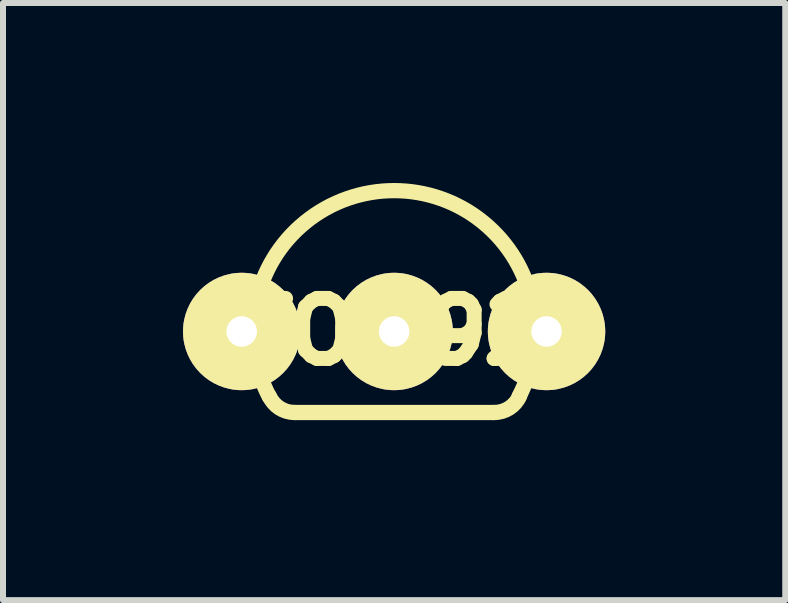
<source format=kicad_pcb>
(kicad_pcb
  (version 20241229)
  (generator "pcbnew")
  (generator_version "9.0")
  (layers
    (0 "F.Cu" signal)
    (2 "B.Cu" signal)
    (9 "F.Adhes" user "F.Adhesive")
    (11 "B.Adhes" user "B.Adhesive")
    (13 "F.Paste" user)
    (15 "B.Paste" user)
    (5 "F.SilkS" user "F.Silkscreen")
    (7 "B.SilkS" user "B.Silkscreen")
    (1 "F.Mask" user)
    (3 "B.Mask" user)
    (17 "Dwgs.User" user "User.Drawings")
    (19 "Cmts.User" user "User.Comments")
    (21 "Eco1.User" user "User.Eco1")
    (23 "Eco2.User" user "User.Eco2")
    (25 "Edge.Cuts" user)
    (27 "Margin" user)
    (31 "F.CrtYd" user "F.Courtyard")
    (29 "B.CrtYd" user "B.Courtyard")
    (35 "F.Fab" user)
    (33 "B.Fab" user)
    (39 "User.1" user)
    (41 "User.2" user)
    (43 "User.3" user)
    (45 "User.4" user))
  (footprint "TO-92"
    (layer "F.Cu")
    (at 3.518 2.474)
    (property "Reference" "TO-92" (at 0 0 0) (layer "F.SilkS") (effects (font (size 1 1) (thickness 0.25))))
    (attr through_hole)
    (fp_line (start -1.665 1.35) (end 1.665 1.35) (stroke (width 0.254) (type solid)) (layer "F.SilkS"))
    (fp_arc (start -2.082 1.084) (mid -0.000159 -2.347292) (end 2.082147 1.083718) (stroke (width 0.254) (type solid)) (layer "F.SilkS"))
    (fp_arc (start -1.665 1.35) (mid -1.911375 1.275274) (end -2.079015 1.079873) (stroke (width 0.254) (type solid)) (layer "F.SilkS"))
    (fp_arc (start 2.091479 1.074339) (mid 1.919722 1.276348) (end 1.665 1.35) (stroke (width 0.254) (type solid)) (layer "F.SilkS"))
    (pad "1" thru_hole circle (at -2.54 0) (size 1.956 1.956) (drill 0.508) (layers "*.Cu" "*.Mask" "F.SilkS"))
    (pad "2" thru_hole circle (at 0 0) (size 1.956 1.956) (drill 0.508) (layers "*.Cu" "*.Mask" "F.SilkS"))
    (pad "3" thru_hole circle (at 2.54 0) (size 1.956 1.956) (drill 0.508) (layers "*.Cu" "*.Mask" "F.SilkS")))
  (gr_rect
    (start -3 -3)
    (end 10.036 6.951)
    (stroke (width 0.1) (type default))
    (fill no)
    (layer "Edge.Cuts")))
</source>
